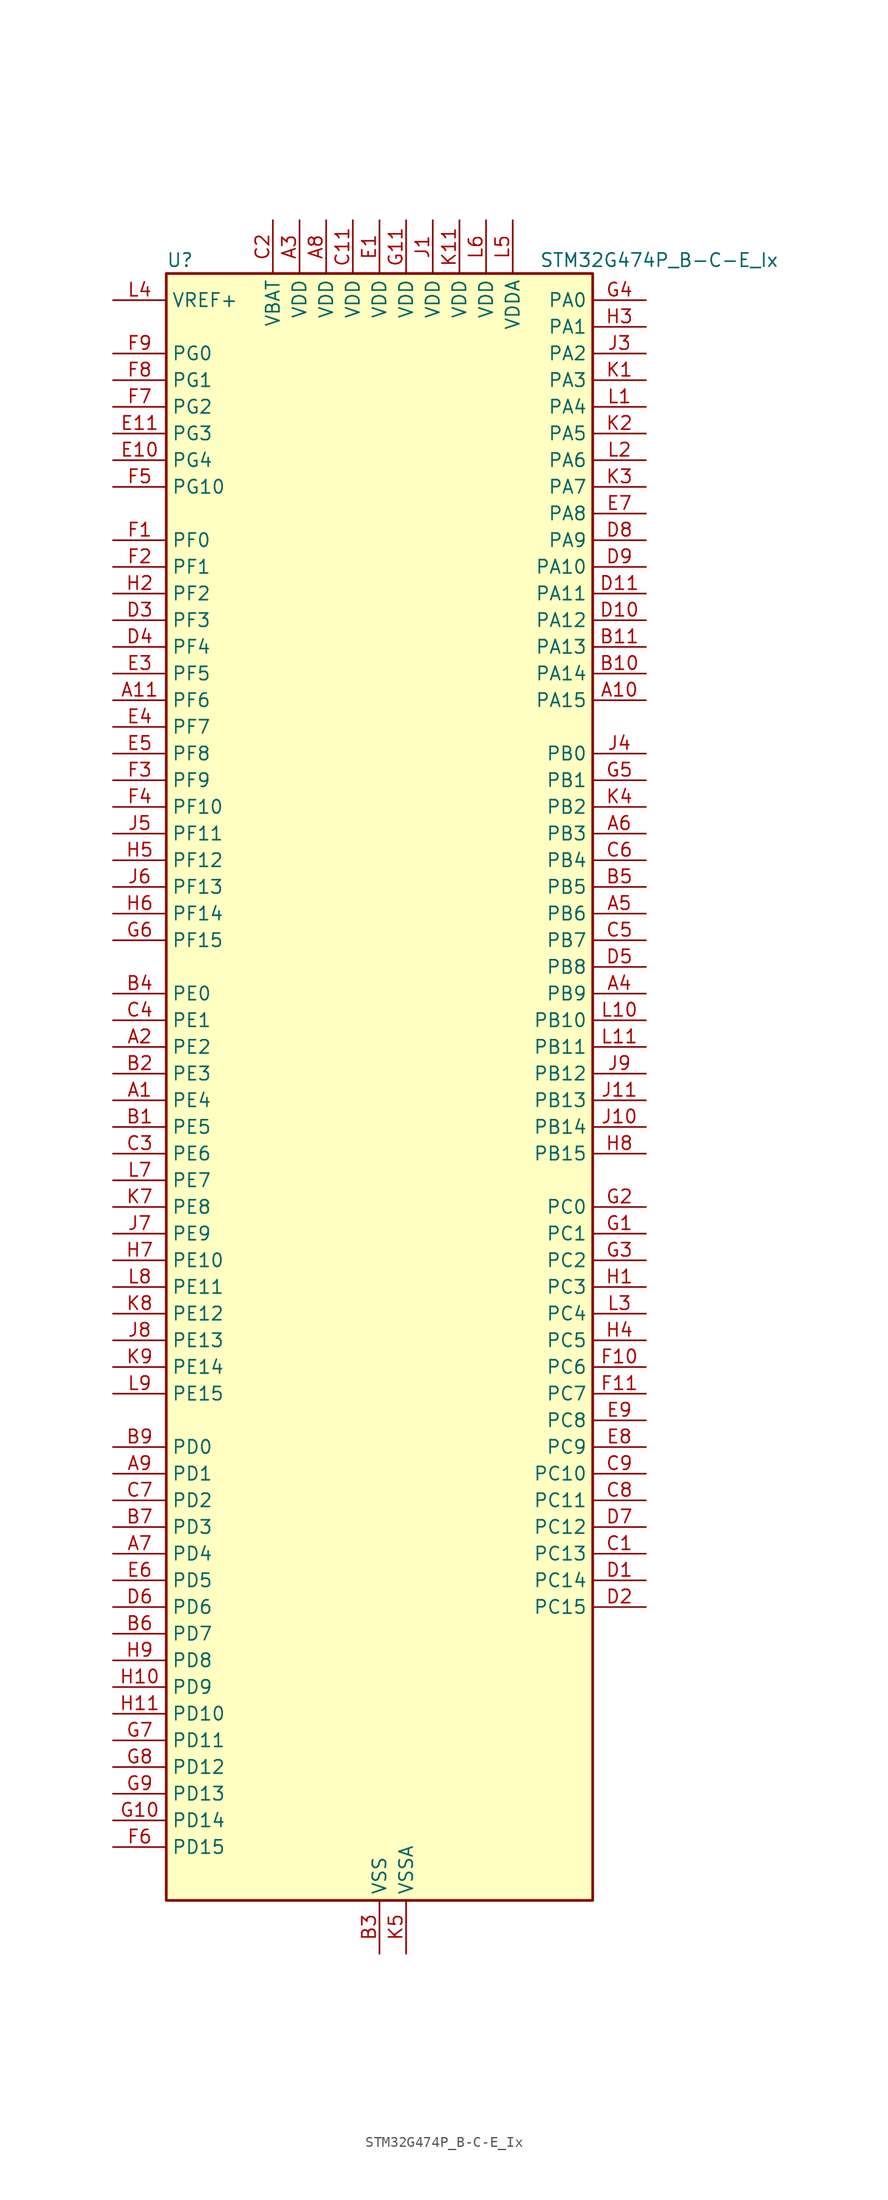
<source format=kicad_sym>
(kicad_symbol_lib
  (version 20231120)
  (generator "kicad_symbol_editor")
  (generator_version "8.0")
  (symbol "STM32G474P_B-C-E_Ix"
    (property "Reference" "U"
      (at -20.32 80.01 0)
      (effects (font (size 1.27 1.27)) (justify left)))
    (property "Value" "STM32G474P_B-C-E_Ix"
      (at 15.24 80.01 0)
      (effects (font (size 1.27 1.27)) (justify left)))
    (property "ki_locked" ""
      (at 0 0 0)
      (effects (font (size 1.27 1.27))))
    (symbol "STM32G474P_B-C-E_Ix_0_1"
      (rectangle (start -20.32 -76.2) (end 20.32 78.74) (stroke (width 0.254) (type default)) (fill (type background))))
    (symbol "STM32G474P_B-C-E_Ix_1_1"
      (pin bidirectional line (at -25.4 0 0) (length 5.08) (name "PE4" (effects (font (size 1.27 1.27)))) (number "A1" (effects (font (size 1.27 1.27)))) (alternate "FMC_A20" bidirectional line) (alternate "SAI1_D2" bidirectional line) (alternate "SAI1_FS_A" bidirectional line) (alternate "SPI4_NSS" bidirectional line) (alternate "SYS_TRACED1" bidirectional line) (alternate "TIM20_CH1N" bidirectional line) (alternate "TIM3_CH3" bidirectional line))
      (pin bidirectional line (at 25.4 38.1 180) (length 5.08) (name "PA15" (effects (font (size 1.27 1.27)))) (number "A10" (effects (font (size 1.27 1.27)))) (alternate "ADC1_EXTI15" bidirectional line) (alternate "ADC2_EXTI15" bidirectional line) (alternate "FDCAN3_TX" bidirectional line) (alternate "HRTIM1_FLT2" bidirectional line) (alternate "I2C1_SCL" bidirectional line) (alternate "I2S3_WS" bidirectional line) (alternate "SPI1_NSS" bidirectional line) (alternate "SPI3_NSS" bidirectional line) (alternate "SYS_JTDI" bidirectional line) (alternate "TIM1_BKIN" bidirectional line) (alternate "TIM2_CH1" bidirectional line) (alternate "TIM2_ETR" bidirectional line) (alternate "TIM8_CH1" bidirectional line) (alternate "UART4_DE" bidirectional line) (alternate "UART4_RTS" bidirectional line) (alternate "USART2_RX" bidirectional line))
      (pin bidirectional line (at -25.4 38.1 0) (length 5.08) (name "PF6" (effects (font (size 1.27 1.27)))) (number "A11" (effects (font (size 1.27 1.27)))) (alternate "I2C2_SCL" bidirectional line) (alternate "QUADSPI1_BK1_IO3" bidirectional line) (alternate "SAI1_SD_B" bidirectional line) (alternate "TIM4_CH4" bidirectional line) (alternate "TIM5_CH1" bidirectional line) (alternate "TIM5_ETR" bidirectional line) (alternate "USART3_RTS" bidirectional line))
      (pin bidirectional line (at -25.4 5.08 0) (length 5.08) (name "PE2" (effects (font (size 1.27 1.27)))) (number "A2" (effects (font (size 1.27 1.27)))) (alternate "ADC3_EXTI2" bidirectional line) (alternate "ADC4_EXTI2" bidirectional line) (alternate "ADC5_EXTI2" bidirectional line) (alternate "FMC_A23" bidirectional line) (alternate "SAI1_CK1" bidirectional line) (alternate "SAI1_MCLK_A" bidirectional line) (alternate "SPI4_SCK" bidirectional line) (alternate "SYS_TRACECLK" bidirectional line) (alternate "TIM20_CH1" bidirectional line) (alternate "TIM3_CH1" bidirectional line))
      (pin power_in line (at -7.62 83.82 270) (length 5.08) (name "VDD" (effects (font (size 1.27 1.27)))) (number "A3" (effects (font (size 1.27 1.27)))))
      (pin bidirectional line (at 25.4 10.16 180) (length 5.08) (name "PB9" (effects (font (size 1.27 1.27)))) (number "A4" (effects (font (size 1.27 1.27)))) (alternate "COMP2_OUT" bidirectional line) (alternate "DAC1_EXTI9" bidirectional line) (alternate "DAC2_EXTI9" bidirectional line) (alternate "DAC3_EXTI9" bidirectional line) (alternate "DAC4_EXTI9" bidirectional line) (alternate "FDCAN1_TX" bidirectional line) (alternate "HRTIM1_EEV5" bidirectional line) (alternate "I2C1_SDA" bidirectional line) (alternate "IR_OUT" bidirectional line) (alternate "SAI1_D2" bidirectional line) (alternate "SAI1_FS_A" bidirectional line) (alternate "TIM17_CH1" bidirectional line) (alternate "TIM1_CH3N" bidirectional line) (alternate "TIM4_CH4" bidirectional line) (alternate "TIM8_CH3" bidirectional line) (alternate "USART3_TX" bidirectional line))
      (pin bidirectional line (at 25.4 17.78 180) (length 5.08) (name "PB6" (effects (font (size 1.27 1.27)))) (number "A5" (effects (font (size 1.27 1.27)))) (alternate "COMP4_OUT" bidirectional line) (alternate "FDCAN2_TX" bidirectional line) (alternate "HRTIM1_EEV4" bidirectional line) (alternate "HRTIM1_SCIN" bidirectional line) (alternate "LPTIM1_ETR" bidirectional line) (alternate "SAI1_FS_B" bidirectional line) (alternate "TIM16_CH1N" bidirectional line) (alternate "TIM4_CH1" bidirectional line) (alternate "TIM8_BKIN2" bidirectional line) (alternate "TIM8_CH1" bidirectional line) (alternate "TIM8_ETR" bidirectional line) (alternate "UCPD1_CC1" bidirectional line) (alternate "USART1_TX" bidirectional line))
      (pin bidirectional line (at 25.4 25.4 180) (length 5.08) (name "PB3" (effects (font (size 1.27 1.27)))) (number "A6" (effects (font (size 1.27 1.27)))) (alternate "ADC3_EXTI3" bidirectional line) (alternate "ADC4_EXTI3" bidirectional line) (alternate "ADC5_EXTI3" bidirectional line) (alternate "CRS_SYNC" bidirectional line) (alternate "FDCAN3_RX" bidirectional line) (alternate "HRTIM1_EEV9" bidirectional line) (alternate "HRTIM1_SCOUT" bidirectional line) (alternate "I2S3_CK" bidirectional line) (alternate "SAI1_SCK_B" bidirectional line) (alternate "SPI1_SCK" bidirectional line) (alternate "SPI3_SCK" bidirectional line) (alternate "SYS_JTDO-SWO" bidirectional line) (alternate "TIM2_CH2" bidirectional line) (alternate "TIM3_ETR" bidirectional line) (alternate "TIM4_ETR" bidirectional line) (alternate "TIM8_CH1N" bidirectional line) (alternate "USART2_TX" bidirectional line))
      (pin bidirectional line (at -25.4 -43.18 0) (length 5.08) (name "PD4" (effects (font (size 1.27 1.27)))) (number "A7" (effects (font (size 1.27 1.27)))) (alternate "FMC_NOE" bidirectional line) (alternate "QUADSPI1_BK2_IO0" bidirectional line) (alternate "TIM2_CH2" bidirectional line) (alternate "USART2_DE" bidirectional line) (alternate "USART2_RTS" bidirectional line))
      (pin power_in line (at -5.08 83.82 270) (length 5.08) (name "VDD" (effects (font (size 1.27 1.27)))) (number "A8" (effects (font (size 1.27 1.27)))))
      (pin bidirectional line (at -25.4 -35.56 0) (length 5.08) (name "PD1" (effects (font (size 1.27 1.27)))) (number "A9" (effects (font (size 1.27 1.27)))) (alternate "FDCAN1_TX" bidirectional line) (alternate "FMC_D3" bidirectional line) (alternate "FMC_DA3" bidirectional line) (alternate "TIM8_BKIN2" bidirectional line) (alternate "TIM8_CH4" bidirectional line))
      (pin bidirectional line (at -25.4 -2.54 0) (length 5.08) (name "PE5" (effects (font (size 1.27 1.27)))) (number "B1" (effects (font (size 1.27 1.27)))) (alternate "FMC_A21" bidirectional line) (alternate "SAI1_CK2" bidirectional line) (alternate "SAI1_SCK_A" bidirectional line) (alternate "SPI4_MISO" bidirectional line) (alternate "SYS_TRACED2" bidirectional line) (alternate "TIM20_CH2N" bidirectional line) (alternate "TIM3_CH4" bidirectional line))
      (pin bidirectional line (at 25.4 40.64 180) (length 5.08) (name "PA14" (effects (font (size 1.27 1.27)))) (number "B10" (effects (font (size 1.27 1.27)))) (alternate "I2C1_SDA" bidirectional line) (alternate "I2C4_SMBA" bidirectional line) (alternate "LPTIM1_OUT" bidirectional line) (alternate "SAI1_FS_B" bidirectional line) (alternate "SYS_JTCK-SWCLK" bidirectional line) (alternate "TIM1_BKIN" bidirectional line) (alternate "TIM8_CH2" bidirectional line) (alternate "USART2_TX" bidirectional line))
      (pin bidirectional line (at 25.4 43.18 180) (length 5.08) (name "PA13" (effects (font (size 1.27 1.27)))) (number "B11" (effects (font (size 1.27 1.27)))) (alternate "I2C1_SCL" bidirectional line) (alternate "I2C4_SCL" bidirectional line) (alternate "IR_OUT" bidirectional line) (alternate "SAI1_SD_B" bidirectional line) (alternate "SYS_JTMS-SWDIO" bidirectional line) (alternate "TIM16_CH1N" bidirectional line) (alternate "TIM4_CH3" bidirectional line) (alternate "USART3_CTS" bidirectional line) (alternate "USART3_NSS" bidirectional line))
      (pin bidirectional line (at -25.4 2.54 0) (length 5.08) (name "PE3" (effects (font (size 1.27 1.27)))) (number "B2" (effects (font (size 1.27 1.27)))) (alternate "ADC3_EXTI3" bidirectional line) (alternate "ADC4_EXTI3" bidirectional line) (alternate "ADC5_EXTI3" bidirectional line) (alternate "FMC_A19" bidirectional line) (alternate "SAI1_SD_B" bidirectional line) (alternate "SPI4_NSS" bidirectional line) (alternate "SYS_TRACED0" bidirectional line) (alternate "TIM20_CH2" bidirectional line) (alternate "TIM3_CH2" bidirectional line))
      (pin power_in line (at 0 -81.28 90) (length 5.08) (name "VSS" (effects (font (size 1.27 1.27)))) (number "B3" (effects (font (size 1.27 1.27)))))
      (pin bidirectional line (at -25.4 10.16 0) (length 5.08) (name "PE0" (effects (font (size 1.27 1.27)))) (number "B4" (effects (font (size 1.27 1.27)))) (alternate "FMC_NBL0" bidirectional line) (alternate "TIM16_CH1" bidirectional line) (alternate "TIM20_CH4N" bidirectional line) (alternate "TIM20_ETR" bidirectional line) (alternate "TIM4_ETR" bidirectional line) (alternate "USART1_TX" bidirectional line))
      (pin bidirectional line (at 25.4 20.32 180) (length 5.08) (name "PB5" (effects (font (size 1.27 1.27)))) (number "B5" (effects (font (size 1.27 1.27)))) (alternate "FDCAN2_RX" bidirectional line) (alternate "HRTIM1_EEV6" bidirectional line) (alternate "I2C1_SMBA" bidirectional line) (alternate "I2C3_SDA" bidirectional line) (alternate "I2S3_SD" bidirectional line) (alternate "LPTIM1_IN1" bidirectional line) (alternate "SAI1_SD_B" bidirectional line) (alternate "SPI1_MOSI" bidirectional line) (alternate "SPI3_MOSI" bidirectional line) (alternate "TIM16_BKIN" bidirectional line) (alternate "TIM17_CH1" bidirectional line) (alternate "TIM3_CH2" bidirectional line) (alternate "TIM8_CH3N" bidirectional line) (alternate "UART5_CTS" bidirectional line) (alternate "USART2_CK" bidirectional line))
      (pin bidirectional line (at -25.4 -50.8 0) (length 5.08) (name "PD7" (effects (font (size 1.27 1.27)))) (number "B6" (effects (font (size 1.27 1.27)))) (alternate "FMC_NCE" bidirectional line) (alternate "FMC_NE1" bidirectional line) (alternate "QUADSPI1_BK2_IO3" bidirectional line) (alternate "TIM2_CH3" bidirectional line) (alternate "USART2_CK" bidirectional line))
      (pin bidirectional line (at -25.4 -40.64 0) (length 5.08) (name "PD3" (effects (font (size 1.27 1.27)))) (number "B7" (effects (font (size 1.27 1.27)))) (alternate "ADC3_EXTI3" bidirectional line) (alternate "ADC4_EXTI3" bidirectional line) (alternate "ADC5_EXTI3" bidirectional line) (alternate "FMC_CLK" bidirectional line) (alternate "QUADSPI1_BK2_NCS" bidirectional line) (alternate "TIM2_CH1" bidirectional line) (alternate "TIM2_ETR" bidirectional line) (alternate "USART2_CTS" bidirectional line) (alternate "USART2_NSS" bidirectional line))
      (pin passive line (at 0 -81.28 90) (length 5.08) hide (name "VSS" (effects (font (size 1.27 1.27)))) (number "B8" (effects (font (size 1.27 1.27)))))
      (pin bidirectional line (at -25.4 -33.02 0) (length 5.08) (name "PD0" (effects (font (size 1.27 1.27)))) (number "B9" (effects (font (size 1.27 1.27)))) (alternate "FDCAN1_RX" bidirectional line) (alternate "FMC_D2" bidirectional line) (alternate "FMC_DA2" bidirectional line) (alternate "TIM8_CH4N" bidirectional line))
      (pin bidirectional line (at 25.4 -43.18 180) (length 5.08) (name "PC13" (effects (font (size 1.27 1.27)))) (number "C1" (effects (font (size 1.27 1.27)))) (alternate "RTC_OUT1" bidirectional line) (alternate "RTC_TAMP1" bidirectional line) (alternate "RTC_TS" bidirectional line) (alternate "SYS_WKUP2" bidirectional line) (alternate "TIM1_BKIN" bidirectional line) (alternate "TIM1_CH1N" bidirectional line) (alternate "TIM8_CH4N" bidirectional line))
      (pin passive line (at 0 -81.28 90) (length 5.08) hide (name "VSS" (effects (font (size 1.27 1.27)))) (number "C10" (effects (font (size 1.27 1.27)))))
      (pin power_in line (at -2.54 83.82 270) (length 5.08) (name "VDD" (effects (font (size 1.27 1.27)))) (number "C11" (effects (font (size 1.27 1.27)))))
      (pin power_in line (at -10.16 83.82 270) (length 5.08) (name "VBAT" (effects (font (size 1.27 1.27)))) (number "C2" (effects (font (size 1.27 1.27)))))
      (pin bidirectional line (at -25.4 -5.08 0) (length 5.08) (name "PE6" (effects (font (size 1.27 1.27)))) (number "C3" (effects (font (size 1.27 1.27)))) (alternate "FMC_A22" bidirectional line) (alternate "RTC_TAMP3" bidirectional line) (alternate "SAI1_D1" bidirectional line) (alternate "SAI1_SD_A" bidirectional line) (alternate "SPI4_MOSI" bidirectional line) (alternate "SYS_TRACED3" bidirectional line) (alternate "SYS_WKUP3" bidirectional line) (alternate "TIM20_CH3N" bidirectional line))
      (pin bidirectional line (at -25.4 7.62 0) (length 5.08) (name "PE1" (effects (font (size 1.27 1.27)))) (number "C4" (effects (font (size 1.27 1.27)))) (alternate "FMC_NBL1" bidirectional line) (alternate "TIM17_CH1" bidirectional line) (alternate "TIM20_CH4" bidirectional line) (alternate "USART1_RX" bidirectional line))
      (pin bidirectional line (at 25.4 15.24 180) (length 5.08) (name "PB7" (effects (font (size 1.27 1.27)))) (number "C5" (effects (font (size 1.27 1.27)))) (alternate "COMP3_OUT" bidirectional line) (alternate "FMC_NL" bidirectional line) (alternate "HRTIM1_EEV3" bidirectional line) (alternate "I2C1_SDA" bidirectional line) (alternate "I2C4_SDA" bidirectional line) (alternate "LPTIM1_IN2" bidirectional line) (alternate "SYS_PVD_IN" bidirectional line) (alternate "TIM17_CH1N" bidirectional line) (alternate "TIM3_CH4" bidirectional line) (alternate "TIM4_CH2" bidirectional line) (alternate "TIM8_BKIN" bidirectional line) (alternate "UART4_CTS" bidirectional line) (alternate "USART1_RX" bidirectional line))
      (pin bidirectional line (at 25.4 22.86 180) (length 5.08) (name "PB4" (effects (font (size 1.27 1.27)))) (number "C6" (effects (font (size 1.27 1.27)))) (alternate "FDCAN3_TX" bidirectional line) (alternate "HRTIM1_EEV7" bidirectional line) (alternate "SAI1_MCLK_B" bidirectional line) (alternate "SPI1_MISO" bidirectional line) (alternate "SPI3_MISO" bidirectional line) (alternate "SYS_JTRST" bidirectional line) (alternate "TIM16_CH1" bidirectional line) (alternate "TIM17_BKIN" bidirectional line) (alternate "TIM3_CH1" bidirectional line) (alternate "TIM8_CH2N" bidirectional line) (alternate "UART5_DE" bidirectional line) (alternate "UART5_RTS" bidirectional line) (alternate "UCPD1_CC2" bidirectional line) (alternate "USART2_RX" bidirectional line))
      (pin bidirectional line (at -25.4 -38.1 0) (length 5.08) (name "PD2" (effects (font (size 1.27 1.27)))) (number "C7" (effects (font (size 1.27 1.27)))) (alternate "ADC3_EXTI2" bidirectional line) (alternate "ADC4_EXTI2" bidirectional line) (alternate "ADC5_EXTI2" bidirectional line) (alternate "TIM3_ETR" bidirectional line) (alternate "TIM8_BKIN" bidirectional line) (alternate "UART5_RX" bidirectional line))
      (pin bidirectional line (at 25.4 -38.1 180) (length 5.08) (name "PC11" (effects (font (size 1.27 1.27)))) (number "C8" (effects (font (size 1.27 1.27)))) (alternate "ADC1_EXTI11" bidirectional line) (alternate "ADC2_EXTI11" bidirectional line) (alternate "HRTIM1_EEV2" bidirectional line) (alternate "I2C3_SDA" bidirectional line) (alternate "SPI3_MISO" bidirectional line) (alternate "TIM8_CH2N" bidirectional line) (alternate "UART4_RX" bidirectional line) (alternate "USART3_RX" bidirectional line))
      (pin bidirectional line (at 25.4 -35.56 180) (length 5.08) (name "PC10" (effects (font (size 1.27 1.27)))) (number "C9" (effects (font (size 1.27 1.27)))) (alternate "DAC1_EXTI10" bidirectional line) (alternate "DAC2_EXTI10" bidirectional line) (alternate "DAC3_EXTI10" bidirectional line) (alternate "DAC4_EXTI10" bidirectional line) (alternate "HRTIM1_FLT6" bidirectional line) (alternate "I2S3_CK" bidirectional line) (alternate "SPI3_SCK" bidirectional line) (alternate "TIM8_CH1N" bidirectional line) (alternate "UART4_TX" bidirectional line) (alternate "USART3_TX" bidirectional line))
      (pin bidirectional line (at 25.4 -45.72 180) (length 5.08) (name "PC14" (effects (font (size 1.27 1.27)))) (number "D1" (effects (font (size 1.27 1.27)))) (alternate "RCC_OSC32_IN" bidirectional line))
      (pin bidirectional line (at 25.4 45.72 180) (length 5.08) (name "PA12" (effects (font (size 1.27 1.27)))) (number "D10" (effects (font (size 1.27 1.27)))) (alternate "COMP2_OUT" bidirectional line) (alternate "FDCAN1_TX" bidirectional line) (alternate "HRTIM1_FLT1" bidirectional line) (alternate "I2S_CKIN" bidirectional line) (alternate "TIM16_CH1" bidirectional line) (alternate "TIM1_CH2N" bidirectional line) (alternate "TIM1_ETR" bidirectional line) (alternate "TIM4_CH2" bidirectional line) (alternate "USART1_DE" bidirectional line) (alternate "USART1_RTS" bidirectional line) (alternate "USB_DP" bidirectional line))
      (pin bidirectional line (at 25.4 48.26 180) (length 5.08) (name "PA11" (effects (font (size 1.27 1.27)))) (number "D11" (effects (font (size 1.27 1.27)))) (alternate "ADC1_EXTI11" bidirectional line) (alternate "ADC2_EXTI11" bidirectional line) (alternate "COMP1_OUT" bidirectional line) (alternate "FDCAN1_RX" bidirectional line) (alternate "HRTIM1_CHB2" bidirectional line) (alternate "I2S2_SD" bidirectional line) (alternate "SPI2_MOSI" bidirectional line) (alternate "TIM1_BKIN2" bidirectional line) (alternate "TIM1_CH1N" bidirectional line) (alternate "TIM1_CH4" bidirectional line) (alternate "TIM4_CH1" bidirectional line) (alternate "USART1_CTS" bidirectional line) (alternate "USART1_NSS" bidirectional line) (alternate "USB_DM" bidirectional line))
      (pin bidirectional line (at 25.4 -48.26 180) (length 5.08) (name "PC15" (effects (font (size 1.27 1.27)))) (number "D2" (effects (font (size 1.27 1.27)))) (alternate "ADC1_EXTI15" bidirectional line) (alternate "ADC2_EXTI15" bidirectional line) (alternate "RCC_OSC32_OUT" bidirectional line))
      (pin bidirectional line (at -25.4 45.72 0) (length 5.08) (name "PF3" (effects (font (size 1.27 1.27)))) (number "D3" (effects (font (size 1.27 1.27)))) (alternate "ADC3_EXTI3" bidirectional line) (alternate "ADC4_EXTI3" bidirectional line) (alternate "ADC5_EXTI3" bidirectional line) (alternate "FMC_A3" bidirectional line) (alternate "I2C3_SCL" bidirectional line) (alternate "TIM20_CH4" bidirectional line))
      (pin bidirectional line (at -25.4 43.18 0) (length 5.08) (name "PF4" (effects (font (size 1.27 1.27)))) (number "D4" (effects (font (size 1.27 1.27)))) (alternate "COMP1_OUT" bidirectional line) (alternate "FMC_A4" bidirectional line) (alternate "I2C3_SDA" bidirectional line) (alternate "TIM20_CH1N" bidirectional line))
      (pin bidirectional line (at 25.4 12.7 180) (length 5.08) (name "PB8" (effects (font (size 1.27 1.27)))) (number "D5" (effects (font (size 1.27 1.27)))) (alternate "COMP1_OUT" bidirectional line) (alternate "FDCAN1_RX" bidirectional line) (alternate "HRTIM1_EEV8" bidirectional line) (alternate "I2C1_SCL" bidirectional line) (alternate "SAI1_CK1" bidirectional line) (alternate "SAI1_MCLK_A" bidirectional line) (alternate "TIM16_CH1" bidirectional line) (alternate "TIM1_BKIN" bidirectional line) (alternate "TIM4_CH3" bidirectional line) (alternate "TIM8_CH2" bidirectional line) (alternate "USART3_RX" bidirectional line))
      (pin bidirectional line (at -25.4 -48.26 0) (length 5.08) (name "PD6" (effects (font (size 1.27 1.27)))) (number "D6" (effects (font (size 1.27 1.27)))) (alternate "FMC_NWAIT" bidirectional line) (alternate "QUADSPI1_BK2_IO2" bidirectional line) (alternate "SAI1_D1" bidirectional line) (alternate "SAI1_SD_A" bidirectional line) (alternate "TIM2_CH4" bidirectional line) (alternate "USART2_RX" bidirectional line))
      (pin bidirectional line (at 25.4 -40.64 180) (length 5.08) (name "PC12" (effects (font (size 1.27 1.27)))) (number "D7" (effects (font (size 1.27 1.27)))) (alternate "HRTIM1_EEV1" bidirectional line) (alternate "I2S3_SD" bidirectional line) (alternate "SPI3_MOSI" bidirectional line) (alternate "TIM5_CH2" bidirectional line) (alternate "TIM8_CH3N" bidirectional line) (alternate "UART5_TX" bidirectional line) (alternate "UCPD1_FRSTX1" bidirectional line) (alternate "UCPD1_FRSTX2" bidirectional line) (alternate "USART3_CK" bidirectional line))
      (pin bidirectional line (at 25.4 53.34 180) (length 5.08) (name "PA9" (effects (font (size 1.27 1.27)))) (number "D8" (effects (font (size 1.27 1.27)))) (alternate "ADC5_IN2" bidirectional line) (alternate "COMP5_OUT" bidirectional line) (alternate "DAC1_EXTI9" bidirectional line) (alternate "DAC2_EXTI9" bidirectional line) (alternate "DAC3_EXTI9" bidirectional line) (alternate "DAC4_EXTI9" bidirectional line) (alternate "HRTIM1_CHA2" bidirectional line) (alternate "I2C2_SCL" bidirectional line) (alternate "I2C3_SMBA" bidirectional line) (alternate "I2S3_MCK" bidirectional line) (alternate "SAI1_FS_A" bidirectional line) (alternate "TIM15_BKIN" bidirectional line) (alternate "TIM1_CH2" bidirectional line) (alternate "TIM2_CH3" bidirectional line) (alternate "UCPD1_DBCC1" bidirectional line) (alternate "USART1_TX" bidirectional line))
      (pin bidirectional line (at 25.4 50.8 180) (length 5.08) (name "PA10" (effects (font (size 1.27 1.27)))) (number "D9" (effects (font (size 1.27 1.27)))) (alternate "COMP6_OUT" bidirectional line) (alternate "CRS_SYNC" bidirectional line) (alternate "DAC1_EXTI10" bidirectional line) (alternate "DAC2_EXTI10" bidirectional line) (alternate "DAC3_EXTI10" bidirectional line) (alternate "DAC4_EXTI10" bidirectional line) (alternate "HRTIM1_CHB1" bidirectional line) (alternate "I2C2_SMBA" bidirectional line) (alternate "SAI1_D1" bidirectional line) (alternate "SAI1_SD_A" bidirectional line) (alternate "SPI2_MISO" bidirectional line) (alternate "TIM17_BKIN" bidirectional line) (alternate "TIM1_CH3" bidirectional line) (alternate "TIM2_CH4" bidirectional line) (alternate "TIM8_BKIN" bidirectional line) (alternate "UCPD1_DBCC2" bidirectional line) (alternate "USART1_RX" bidirectional line))
      (pin power_in line (at 0 83.82 270) (length 5.08) (name "VDD" (effects (font (size 1.27 1.27)))) (number "E1" (effects (font (size 1.27 1.27)))))
      (pin bidirectional line (at -25.4 60.96 0) (length 5.08) (name "PG4" (effects (font (size 1.27 1.27)))) (number "E10" (effects (font (size 1.27 1.27)))) (alternate "FMC_A14" bidirectional line) (alternate "I2C4_SDA" bidirectional line) (alternate "SPI1_MOSI" bidirectional line) (alternate "TIM20_BKIN2" bidirectional line))
      (pin bidirectional line (at -25.4 63.5 0) (length 5.08) (name "PG3" (effects (font (size 1.27 1.27)))) (number "E11" (effects (font (size 1.27 1.27)))) (alternate "ADC3_EXTI3" bidirectional line) (alternate "ADC4_EXTI3" bidirectional line) (alternate "ADC5_EXTI3" bidirectional line) (alternate "FMC_A13" bidirectional line) (alternate "I2C4_SCL" bidirectional line) (alternate "SPI1_MISO" bidirectional line) (alternate "TIM20_BKIN" bidirectional line) (alternate "TIM20_CH4N" bidirectional line))
      (pin passive line (at 0 -81.28 90) (length 5.08) hide (name "VSS" (effects (font (size 1.27 1.27)))) (number "E2" (effects (font (size 1.27 1.27)))))
      (pin bidirectional line (at -25.4 40.64 0) (length 5.08) (name "PF5" (effects (font (size 1.27 1.27)))) (number "E3" (effects (font (size 1.27 1.27)))) (alternate "FMC_A5" bidirectional line) (alternate "TIM20_CH2N" bidirectional line))
      (pin bidirectional line (at -25.4 35.56 0) (length 5.08) (name "PF7" (effects (font (size 1.27 1.27)))) (number "E4" (effects (font (size 1.27 1.27)))) (alternate "FMC_A1" bidirectional line) (alternate "QUADSPI1_BK1_IO2" bidirectional line) (alternate "SAI1_MCLK_B" bidirectional line) (alternate "TIM20_BKIN" bidirectional line) (alternate "TIM5_CH2" bidirectional line))
      (pin bidirectional line (at -25.4 33.02 0) (length 5.08) (name "PF8" (effects (font (size 1.27 1.27)))) (number "E5" (effects (font (size 1.27 1.27)))) (alternate "FMC_A24" bidirectional line) (alternate "QUADSPI1_BK1_IO0" bidirectional line) (alternate "SAI1_SCK_B" bidirectional line) (alternate "TIM20_BKIN2" bidirectional line) (alternate "TIM5_CH3" bidirectional line))
      (pin bidirectional line (at -25.4 -45.72 0) (length 5.08) (name "PD5" (effects (font (size 1.27 1.27)))) (number "E6" (effects (font (size 1.27 1.27)))) (alternate "FMC_NWE" bidirectional line) (alternate "QUADSPI1_BK2_IO1" bidirectional line) (alternate "USART2_TX" bidirectional line))
      (pin bidirectional line (at 25.4 55.88 180) (length 5.08) (name "PA8" (effects (font (size 1.27 1.27)))) (number "E7" (effects (font (size 1.27 1.27)))) (alternate "ADC5_IN1" bidirectional line) (alternate "COMP7_OUT" bidirectional line) (alternate "FDCAN3_RX" bidirectional line) (alternate "HRTIM1_CHA1" bidirectional line) (alternate "I2C2_SDA" bidirectional line) (alternate "I2C3_SCL" bidirectional line) (alternate "I2S2_MCK" bidirectional line) (alternate "OPAMP5_VOUT" bidirectional line) (alternate "RCC_MCO" bidirectional line) (alternate "SAI1_CK2" bidirectional line) (alternate "SAI1_SCK_A" bidirectional line) (alternate "TIM1_CH1" bidirectional line) (alternate "TIM4_ETR" bidirectional line) (alternate "USART1_CK" bidirectional line))
      (pin bidirectional line (at 25.4 -33.02 180) (length 5.08) (name "PC9" (effects (font (size 1.27 1.27)))) (number "E8" (effects (font (size 1.27 1.27)))) (alternate "DAC1_EXTI9" bidirectional line) (alternate "DAC2_EXTI9" bidirectional line) (alternate "DAC3_EXTI9" bidirectional line) (alternate "DAC4_EXTI9" bidirectional line) (alternate "HRTIM1_CHE2" bidirectional line) (alternate "I2C3_SDA" bidirectional line) (alternate "I2S_CKIN" bidirectional line) (alternate "TIM3_CH4" bidirectional line) (alternate "TIM8_BKIN2" bidirectional line) (alternate "TIM8_CH4" bidirectional line))
      (pin bidirectional line (at 25.4 -30.48 180) (length 5.08) (name "PC8" (effects (font (size 1.27 1.27)))) (number "E9" (effects (font (size 1.27 1.27)))) (alternate "COMP7_OUT" bidirectional line) (alternate "HRTIM1_CHE1" bidirectional line) (alternate "I2C3_SCL" bidirectional line) (alternate "TIM20_CH3" bidirectional line) (alternate "TIM3_CH3" bidirectional line) (alternate "TIM8_CH3" bidirectional line))
      (pin bidirectional line (at -25.4 53.34 0) (length 5.08) (name "PF0" (effects (font (size 1.27 1.27)))) (number "F1" (effects (font (size 1.27 1.27)))) (alternate "ADC1_IN10" bidirectional line) (alternate "I2C2_SDA" bidirectional line) (alternate "I2S2_WS" bidirectional line) (alternate "RCC_OSC_IN" bidirectional line) (alternate "SPI2_NSS" bidirectional line) (alternate "TIM1_CH3N" bidirectional line))
      (pin bidirectional line (at 25.4 -25.4 180) (length 5.08) (name "PC6" (effects (font (size 1.27 1.27)))) (number "F10" (effects (font (size 1.27 1.27)))) (alternate "COMP6_OUT" bidirectional line) (alternate "HRTIM1_CHF1" bidirectional line) (alternate "HRTIM1_EEV10" bidirectional line) (alternate "I2C4_SCL" bidirectional line) (alternate "I2S2_MCK" bidirectional line) (alternate "TIM3_CH1" bidirectional line) (alternate "TIM8_CH1" bidirectional line))
      (pin bidirectional line (at 25.4 -27.94 180) (length 5.08) (name "PC7" (effects (font (size 1.27 1.27)))) (number "F11" (effects (font (size 1.27 1.27)))) (alternate "COMP5_OUT" bidirectional line) (alternate "HRTIM1_CHF2" bidirectional line) (alternate "HRTIM1_FLT5" bidirectional line) (alternate "I2C4_SDA" bidirectional line) (alternate "I2S3_MCK" bidirectional line) (alternate "TIM3_CH2" bidirectional line) (alternate "TIM8_CH2" bidirectional line))
      (pin bidirectional line (at -25.4 50.8 0) (length 5.08) (name "PF1" (effects (font (size 1.27 1.27)))) (number "F2" (effects (font (size 1.27 1.27)))) (alternate "ADC2_IN10" bidirectional line) (alternate "COMP3_INM" bidirectional line) (alternate "I2S2_CK" bidirectional line) (alternate "RCC_OSC_OUT" bidirectional line) (alternate "SPI2_SCK" bidirectional line))
      (pin bidirectional line (at -25.4 30.48 0) (length 5.08) (name "PF9" (effects (font (size 1.27 1.27)))) (number "F3" (effects (font (size 1.27 1.27)))) (alternate "DAC1_EXTI9" bidirectional line) (alternate "DAC2_EXTI9" bidirectional line) (alternate "DAC3_EXTI9" bidirectional line) (alternate "DAC4_EXTI9" bidirectional line) (alternate "FMC_A25" bidirectional line) (alternate "QUADSPI1_BK1_IO1" bidirectional line) (alternate "SAI1_FS_B" bidirectional line) (alternate "SPI2_SCK" bidirectional line) (alternate "TIM15_CH1" bidirectional line) (alternate "TIM20_BKIN" bidirectional line) (alternate "TIM5_CH4" bidirectional line))
      (pin bidirectional line (at -25.4 27.94 0) (length 5.08) (name "PF10" (effects (font (size 1.27 1.27)))) (number "F4" (effects (font (size 1.27 1.27)))) (alternate "DAC1_EXTI10" bidirectional line) (alternate "DAC2_EXTI10" bidirectional line) (alternate "DAC3_EXTI10" bidirectional line) (alternate "DAC4_EXTI10" bidirectional line) (alternate "FMC_A0" bidirectional line) (alternate "QUADSPI1_CLK" bidirectional line) (alternate "SAI1_D3" bidirectional line) (alternate "SPI2_SCK" bidirectional line) (alternate "TIM15_CH2" bidirectional line) (alternate "TIM20_BKIN2" bidirectional line))
      (pin bidirectional line (at -25.4 58.42 0) (length 5.08) (name "PG10" (effects (font (size 1.27 1.27)))) (number "F5" (effects (font (size 1.27 1.27)))) (alternate "DAC1_EXTI10" bidirectional line) (alternate "DAC2_EXTI10" bidirectional line) (alternate "DAC3_EXTI10" bidirectional line) (alternate "DAC4_EXTI10" bidirectional line) (alternate "RCC_MCO" bidirectional line))
      (pin bidirectional line (at -25.4 -71.12 0) (length 5.08) (name "PD15" (effects (font (size 1.27 1.27)))) (number "F6" (effects (font (size 1.27 1.27)))) (alternate "ADC1_EXTI15" bidirectional line) (alternate "ADC2_EXTI15" bidirectional line) (alternate "COMP7_INM" bidirectional line) (alternate "FMC_D1" bidirectional line) (alternate "FMC_DA1" bidirectional line) (alternate "SPI2_NSS" bidirectional line) (alternate "TIM4_CH4" bidirectional line))
      (pin bidirectional line (at -25.4 66.04 0) (length 5.08) (name "PG2" (effects (font (size 1.27 1.27)))) (number "F7" (effects (font (size 1.27 1.27)))) (alternate "ADC3_EXTI2" bidirectional line) (alternate "ADC4_EXTI2" bidirectional line) (alternate "ADC5_EXTI2" bidirectional line) (alternate "FMC_A12" bidirectional line) (alternate "SPI1_SCK" bidirectional line) (alternate "TIM20_CH3N" bidirectional line))
      (pin bidirectional line (at -25.4 68.58 0) (length 5.08) (name "PG1" (effects (font (size 1.27 1.27)))) (number "F8" (effects (font (size 1.27 1.27)))) (alternate "FMC_A11" bidirectional line) (alternate "TIM20_CH2N" bidirectional line))
      (pin bidirectional line (at -25.4 71.12 0) (length 5.08) (name "PG0" (effects (font (size 1.27 1.27)))) (number "F9" (effects (font (size 1.27 1.27)))) (alternate "FMC_A10" bidirectional line) (alternate "TIM20_CH1N" bidirectional line))
      (pin bidirectional line (at 25.4 -12.7 180) (length 5.08) (name "PC1" (effects (font (size 1.27 1.27)))) (number "G1" (effects (font (size 1.27 1.27)))) (alternate "ADC1_IN7" bidirectional line) (alternate "ADC2_IN7" bidirectional line) (alternate "COMP3_INP" bidirectional line) (alternate "LPTIM1_OUT" bidirectional line) (alternate "LPUART1_TX" bidirectional line) (alternate "QUADSPI1_BK2_IO0" bidirectional line) (alternate "SAI1_SD_A" bidirectional line) (alternate "TIM1_CH2" bidirectional line))
      (pin bidirectional line (at -25.4 -68.58 0) (length 5.08) (name "PD14" (effects (font (size 1.27 1.27)))) (number "G10" (effects (font (size 1.27 1.27)))) (alternate "ADC3_IN11" bidirectional line) (alternate "ADC4_IN11" bidirectional line) (alternate "ADC5_IN11" bidirectional line) (alternate "COMP7_INP" bidirectional line) (alternate "FMC_D0" bidirectional line) (alternate "FMC_DA0" bidirectional line) (alternate "OPAMP2_VINP" bidirectional line) (alternate "OPAMP2_VINP_SEC" bidirectional line) (alternate "TIM4_CH3" bidirectional line))
      (pin power_in line (at 2.54 83.82 270) (length 5.08) (name "VDD" (effects (font (size 1.27 1.27)))) (number "G11" (effects (font (size 1.27 1.27)))))
      (pin bidirectional line (at 25.4 -10.16 180) (length 5.08) (name "PC0" (effects (font (size 1.27 1.27)))) (number "G2" (effects (font (size 1.27 1.27)))) (alternate "ADC1_IN6" bidirectional line) (alternate "ADC2_IN6" bidirectional line) (alternate "COMP3_INM" bidirectional line) (alternate "LPTIM1_IN1" bidirectional line) (alternate "LPUART1_RX" bidirectional line) (alternate "TIM1_CH1" bidirectional line))
      (pin bidirectional line (at 25.4 -15.24 180) (length 5.08) (name "PC2" (effects (font (size 1.27 1.27)))) (number "G3" (effects (font (size 1.27 1.27)))) (alternate "ADC1_IN8" bidirectional line) (alternate "ADC2_IN8" bidirectional line) (alternate "ADC3_EXTI2" bidirectional line) (alternate "ADC4_EXTI2" bidirectional line) (alternate "ADC5_EXTI2" bidirectional line) (alternate "COMP3_OUT" bidirectional line) (alternate "LPTIM1_IN2" bidirectional line) (alternate "QUADSPI1_BK2_IO1" bidirectional line) (alternate "TIM1_CH3" bidirectional line) (alternate "TIM20_CH2" bidirectional line))
      (pin bidirectional line (at 25.4 76.2 180) (length 5.08) (name "PA0" (effects (font (size 1.27 1.27)))) (number "G4" (effects (font (size 1.27 1.27)))) (alternate "ADC1_IN1" bidirectional line) (alternate "ADC2_IN1" bidirectional line) (alternate "COMP1_INM" bidirectional line) (alternate "COMP1_OUT" bidirectional line) (alternate "COMP3_INP" bidirectional line) (alternate "RTC_TAMP2" bidirectional line) (alternate "SYS_WKUP1" bidirectional line) (alternate "TIM2_CH1" bidirectional line) (alternate "TIM2_ETR" bidirectional line) (alternate "TIM5_CH1" bidirectional line) (alternate "TIM8_BKIN" bidirectional line) (alternate "TIM8_ETR" bidirectional line) (alternate "USART2_CTS" bidirectional line) (alternate "USART2_NSS" bidirectional line))
      (pin bidirectional line (at 25.4 30.48 180) (length 5.08) (name "PB1" (effects (font (size 1.27 1.27)))) (number "G5" (effects (font (size 1.27 1.27)))) (alternate "ADC1_IN12" bidirectional line) (alternate "ADC3_IN1" bidirectional line) (alternate "COMP1_INP" bidirectional line) (alternate "COMP4_OUT" bidirectional line) (alternate "HRTIM1_SCOUT" bidirectional line) (alternate "LPUART1_DE" bidirectional line) (alternate "LPUART1_RTS" bidirectional line) (alternate "OPAMP3_VOUT" bidirectional line) (alternate "OPAMP6_VINM" bidirectional line) (alternate "OPAMP6_VINM1" bidirectional line) (alternate "OPAMP6_VINM_SEC" bidirectional line) (alternate "QUADSPI1_BK1_IO0" bidirectional line) (alternate "TIM1_CH3N" bidirectional line) (alternate "TIM3_CH4" bidirectional line) (alternate "TIM8_CH3N" bidirectional line))
      (pin bidirectional line (at -25.4 15.24 0) (length 5.08) (name "PF15" (effects (font (size 1.27 1.27)))) (number "G6" (effects (font (size 1.27 1.27)))) (alternate "ADC1_EXTI15" bidirectional line) (alternate "ADC2_EXTI15" bidirectional line) (alternate "FMC_A9" bidirectional line) (alternate "I2C4_SDA" bidirectional line) (alternate "TIM20_CH4" bidirectional line))
      (pin bidirectional line (at -25.4 -60.96 0) (length 5.08) (name "PD11" (effects (font (size 1.27 1.27)))) (number "G7" (effects (font (size 1.27 1.27)))) (alternate "ADC1_EXTI11" bidirectional line) (alternate "ADC2_EXTI11" bidirectional line) (alternate "ADC3_IN8" bidirectional line) (alternate "ADC4_IN8" bidirectional line) (alternate "ADC5_IN8" bidirectional line) (alternate "COMP6_INP" bidirectional line) (alternate "FMC_A16" bidirectional line) (alternate "FMC_CLE" bidirectional line) (alternate "I2C4_SMBA" bidirectional line) (alternate "OPAMP4_VINP" bidirectional line) (alternate "OPAMP4_VINP_SEC" bidirectional line) (alternate "TIM5_ETR" bidirectional line) (alternate "USART3_CTS" bidirectional line) (alternate "USART3_NSS" bidirectional line))
      (pin bidirectional line (at -25.4 -63.5 0) (length 5.08) (name "PD12" (effects (font (size 1.27 1.27)))) (number "G8" (effects (font (size 1.27 1.27)))) (alternate "ADC3_IN9" bidirectional line) (alternate "ADC4_IN9" bidirectional line) (alternate "ADC5_IN9" bidirectional line) (alternate "COMP5_INP" bidirectional line) (alternate "FMC_A17" bidirectional line) (alternate "FMC_ALE" bidirectional line) (alternate "OPAMP5_VINP" bidirectional line) (alternate "OPAMP5_VINP_SEC" bidirectional line) (alternate "TIM4_CH1" bidirectional line) (alternate "USART3_DE" bidirectional line) (alternate "USART3_RTS" bidirectional line))
      (pin bidirectional line (at -25.4 -66.04 0) (length 5.08) (name "PD13" (effects (font (size 1.27 1.27)))) (number "G9" (effects (font (size 1.27 1.27)))) (alternate "ADC3_IN10" bidirectional line) (alternate "ADC4_IN10" bidirectional line) (alternate "ADC5_IN10" bidirectional line) (alternate "COMP5_INM" bidirectional line) (alternate "FMC_A18" bidirectional line) (alternate "TIM4_CH2" bidirectional line))
      (pin bidirectional line (at 25.4 -17.78 180) (length 5.08) (name "PC3" (effects (font (size 1.27 1.27)))) (number "H1" (effects (font (size 1.27 1.27)))) (alternate "ADC1_IN9" bidirectional line) (alternate "ADC2_IN9" bidirectional line) (alternate "ADC3_EXTI3" bidirectional line) (alternate "ADC4_EXTI3" bidirectional line) (alternate "ADC5_EXTI3" bidirectional line) (alternate "LPTIM1_ETR" bidirectional line) (alternate "OPAMP5_VINP" bidirectional line) (alternate "OPAMP5_VINP_SEC" bidirectional line) (alternate "QUADSPI1_BK2_IO2" bidirectional line) (alternate "SAI1_D1" bidirectional line) (alternate "SAI1_SD_A" bidirectional line) (alternate "TIM1_BKIN2" bidirectional line) (alternate "TIM1_CH4" bidirectional line))
      (pin bidirectional line (at -25.4 -55.88 0) (length 5.08) (name "PD9" (effects (font (size 1.27 1.27)))) (number "H10" (effects (font (size 1.27 1.27)))) (alternate "ADC4_IN13" bidirectional line) (alternate "ADC5_IN13" bidirectional line) (alternate "DAC1_EXTI9" bidirectional line) (alternate "DAC2_EXTI9" bidirectional line) (alternate "DAC3_EXTI9" bidirectional line) (alternate "DAC4_EXTI9" bidirectional line) (alternate "FMC_D14" bidirectional line) (alternate "FMC_DA14" bidirectional line) (alternate "OPAMP6_VINP" bidirectional line) (alternate "OPAMP6_VINP_SEC" bidirectional line) (alternate "USART3_RX" bidirectional line))
      (pin bidirectional line (at -25.4 -58.42 0) (length 5.08) (name "PD10" (effects (font (size 1.27 1.27)))) (number "H11" (effects (font (size 1.27 1.27)))) (alternate "ADC3_IN7" bidirectional line) (alternate "ADC4_IN7" bidirectional line) (alternate "ADC5_IN7" bidirectional line) (alternate "COMP6_INM" bidirectional line) (alternate "DAC1_EXTI10" bidirectional line) (alternate "DAC2_EXTI10" bidirectional line) (alternate "DAC3_EXTI10" bidirectional line) (alternate "DAC4_EXTI10" bidirectional line) (alternate "FMC_D15" bidirectional line) (alternate "FMC_DA15" bidirectional line) (alternate "USART3_CK" bidirectional line))
      (pin bidirectional line (at -25.4 48.26 0) (length 5.08) (name "PF2" (effects (font (size 1.27 1.27)))) (number "H2" (effects (font (size 1.27 1.27)))) (alternate "ADC3_EXTI2" bidirectional line) (alternate "ADC4_EXTI2" bidirectional line) (alternate "ADC5_EXTI2" bidirectional line) (alternate "FMC_A2" bidirectional line) (alternate "I2C2_SMBA" bidirectional line) (alternate "TIM20_CH3" bidirectional line))
      (pin bidirectional line (at 25.4 73.66 180) (length 5.08) (name "PA1" (effects (font (size 1.27 1.27)))) (number "H3" (effects (font (size 1.27 1.27)))) (alternate "ADC1_IN2" bidirectional line) (alternate "ADC2_IN2" bidirectional line) (alternate "COMP1_INP" bidirectional line) (alternate "OPAMP1_VINP" bidirectional line) (alternate "OPAMP1_VINP_SEC" bidirectional line) (alternate "OPAMP3_VINP" bidirectional line) (alternate "OPAMP3_VINP_SEC" bidirectional line) (alternate "OPAMP6_VINM" bidirectional line) (alternate "OPAMP6_VINM0" bidirectional line) (alternate "OPAMP6_VINM_SEC" bidirectional line) (alternate "RTC_REFIN" bidirectional line) (alternate "TIM15_CH1N" bidirectional line) (alternate "TIM2_CH2" bidirectional line) (alternate "TIM5_CH2" bidirectional line) (alternate "USART2_DE" bidirectional line) (alternate "USART2_RTS" bidirectional line))
      (pin bidirectional line (at 25.4 -22.86 180) (length 5.08) (name "PC5" (effects (font (size 1.27 1.27)))) (number "H4" (effects (font (size 1.27 1.27)))) (alternate "ADC2_IN11" bidirectional line) (alternate "HRTIM1_EEV10" bidirectional line) (alternate "OPAMP1_VINM" bidirectional line) (alternate "OPAMP1_VINM1" bidirectional line) (alternate "OPAMP1_VINM_SEC" bidirectional line) (alternate "OPAMP2_VINM" bidirectional line) (alternate "OPAMP2_VINM1" bidirectional line) (alternate "OPAMP2_VINM_SEC" bidirectional line) (alternate "SAI1_D3" bidirectional line) (alternate "SYS_WKUP5" bidirectional line) (alternate "TIM15_BKIN" bidirectional line) (alternate "TIM1_CH4N" bidirectional line) (alternate "USART1_RX" bidirectional line))
      (pin bidirectional line (at -25.4 22.86 0) (length 5.08) (name "PF12" (effects (font (size 1.27 1.27)))) (number "H5" (effects (font (size 1.27 1.27)))) (alternate "FMC_A6" bidirectional line) (alternate "TIM20_CH1" bidirectional line))
      (pin bidirectional line (at -25.4 17.78 0) (length 5.08) (name "PF14" (effects (font (size 1.27 1.27)))) (number "H6" (effects (font (size 1.27 1.27)))) (alternate "FMC_A8" bidirectional line) (alternate "I2C4_SCL" bidirectional line) (alternate "TIM20_CH3" bidirectional line))
      (pin bidirectional line (at -25.4 -15.24 0) (length 5.08) (name "PE10" (effects (font (size 1.27 1.27)))) (number "H7" (effects (font (size 1.27 1.27)))) (alternate "ADC3_IN14" bidirectional line) (alternate "ADC4_IN14" bidirectional line) (alternate "ADC5_IN14" bidirectional line) (alternate "DAC1_EXTI10" bidirectional line) (alternate "DAC2_EXTI10" bidirectional line) (alternate "DAC3_EXTI10" bidirectional line) (alternate "DAC4_EXTI10" bidirectional line) (alternate "FMC_D7" bidirectional line) (alternate "FMC_DA7" bidirectional line) (alternate "QUADSPI1_CLK" bidirectional line) (alternate "SAI1_MCLK_B" bidirectional line) (alternate "TIM1_CH2N" bidirectional line))
      (pin bidirectional line (at 25.4 -5.08 180) (length 5.08) (name "PB15" (effects (font (size 1.27 1.27)))) (number "H8" (effects (font (size 1.27 1.27)))) (alternate "ADC1_EXTI15" bidirectional line) (alternate "ADC2_EXTI15" bidirectional line) (alternate "ADC2_IN15" bidirectional line) (alternate "ADC4_IN5" bidirectional line) (alternate "COMP3_OUT" bidirectional line) (alternate "COMP6_INM" bidirectional line) (alternate "HRTIM1_CHD2" bidirectional line) (alternate "I2S2_SD" bidirectional line) (alternate "OPAMP5_VINM" bidirectional line) (alternate "OPAMP5_VINM0" bidirectional line) (alternate "OPAMP5_VINM_SEC" bidirectional line) (alternate "RTC_REFIN" bidirectional line) (alternate "SPI2_MOSI" bidirectional line) (alternate "TIM15_CH1N" bidirectional line) (alternate "TIM15_CH2" bidirectional line) (alternate "TIM1_CH3N" bidirectional line))
      (pin bidirectional line (at -25.4 -53.34 0) (length 5.08) (name "PD8" (effects (font (size 1.27 1.27)))) (number "H9" (effects (font (size 1.27 1.27)))) (alternate "ADC4_IN12" bidirectional line) (alternate "ADC5_IN12" bidirectional line) (alternate "FMC_D13" bidirectional line) (alternate "FMC_DA13" bidirectional line) (alternate "OPAMP4_VINM" bidirectional line) (alternate "OPAMP4_VINM1" bidirectional line) (alternate "OPAMP4_VINM_SEC" bidirectional line) (alternate "USART3_TX" bidirectional line))
      (pin power_in line (at 5.08 83.82 270) (length 5.08) (name "VDD" (effects (font (size 1.27 1.27)))) (number "J1" (effects (font (size 1.27 1.27)))))
      (pin bidirectional line (at 25.4 -2.54 180) (length 5.08) (name "PB14" (effects (font (size 1.27 1.27)))) (number "J10" (effects (font (size 1.27 1.27)))) (alternate "ADC1_IN5" bidirectional line) (alternate "ADC4_IN4" bidirectional line) (alternate "COMP4_OUT" bidirectional line) (alternate "COMP7_INP" bidirectional line) (alternate "HRTIM1_CHD1" bidirectional line) (alternate "OPAMP2_VINP" bidirectional line) (alternate "OPAMP2_VINP_SEC" bidirectional line) (alternate "OPAMP5_VINP" bidirectional line) (alternate "OPAMP5_VINP_SEC" bidirectional line) (alternate "SPI2_MISO" bidirectional line) (alternate "TIM15_CH1" bidirectional line) (alternate "TIM1_CH2N" bidirectional line) (alternate "USART3_DE" bidirectional line) (alternate "USART3_RTS" bidirectional line))
      (pin bidirectional line (at 25.4 0 180) (length 5.08) (name "PB13" (effects (font (size 1.27 1.27)))) (number "J11" (effects (font (size 1.27 1.27)))) (alternate "ADC3_IN5" bidirectional line) (alternate "COMP5_INP" bidirectional line) (alternate "FDCAN2_TX" bidirectional line) (alternate "HRTIM1_CHC2" bidirectional line) (alternate "I2S2_CK" bidirectional line) (alternate "LPUART1_CTS" bidirectional line) (alternate "OPAMP3_VINP" bidirectional line) (alternate "OPAMP3_VINP_SEC" bidirectional line) (alternate "OPAMP4_VINP" bidirectional line) (alternate "OPAMP4_VINP_SEC" bidirectional line) (alternate "OPAMP6_VINP" bidirectional line) (alternate "OPAMP6_VINP_SEC" bidirectional line) (alternate "SPI2_SCK" bidirectional line) (alternate "TIM1_CH1N" bidirectional line) (alternate "USART3_CTS" bidirectional line) (alternate "USART3_NSS" bidirectional line))
      (pin passive line (at 0 -81.28 90) (length 5.08) hide (name "VSS" (effects (font (size 1.27 1.27)))) (number "J2" (effects (font (size 1.27 1.27)))))
      (pin bidirectional line (at 25.4 71.12 180) (length 5.08) (name "PA2" (effects (font (size 1.27 1.27)))) (number "J3" (effects (font (size 1.27 1.27)))) (alternate "ADC1_IN3" bidirectional line) (alternate "ADC3_EXTI2" bidirectional line) (alternate "ADC4_EXTI2" bidirectional line) (alternate "ADC5_EXTI2" bidirectional line) (alternate "COMP2_INM" bidirectional line) (alternate "COMP2_OUT" bidirectional line) (alternate "LPUART1_TX" bidirectional line) (alternate "OPAMP1_VOUT" bidirectional line) (alternate "QUADSPI1_BK1_NCS" bidirectional line) (alternate "RCC_LSCO" bidirectional line) (alternate "SYS_WKUP4" bidirectional line) (alternate "TIM15_CH1" bidirectional line) (alternate "TIM2_CH3" bidirectional line) (alternate "TIM5_CH3" bidirectional line) (alternate "UCPD1_FRSTX1" bidirectional line) (alternate "UCPD1_FRSTX2" bidirectional line) (alternate "USART2_TX" bidirectional line))
      (pin bidirectional line (at 25.4 33.02 180) (length 5.08) (name "PB0" (effects (font (size 1.27 1.27)))) (number "J4" (effects (font (size 1.27 1.27)))) (alternate "ADC1_IN15" bidirectional line) (alternate "ADC3_IN12" bidirectional line) (alternate "COMP4_INP" bidirectional line) (alternate "HRTIM1_FLT5" bidirectional line) (alternate "OPAMP2_VINP" bidirectional line) (alternate "OPAMP2_VINP_SEC" bidirectional line) (alternate "OPAMP3_VINP" bidirectional line) (alternate "OPAMP3_VINP_SEC" bidirectional line) (alternate "QUADSPI1_BK1_IO1" bidirectional line) (alternate "TIM1_CH2N" bidirectional line) (alternate "TIM3_CH3" bidirectional line) (alternate "TIM8_CH2N" bidirectional line) (alternate "UCPD1_FRSTX1" bidirectional line) (alternate "UCPD1_FRSTX2" bidirectional line))
      (pin bidirectional line (at -25.4 25.4 0) (length 5.08) (name "PF11" (effects (font (size 1.27 1.27)))) (number "J5" (effects (font (size 1.27 1.27)))) (alternate "ADC1_EXTI11" bidirectional line) (alternate "ADC2_EXTI11" bidirectional line) (alternate "FMC_NE4" bidirectional line) (alternate "TIM20_ETR" bidirectional line))
      (pin bidirectional line (at -25.4 20.32 0) (length 5.08) (name "PF13" (effects (font (size 1.27 1.27)))) (number "J6" (effects (font (size 1.27 1.27)))) (alternate "FMC_A7" bidirectional line) (alternate "I2C4_SMBA" bidirectional line) (alternate "TIM20_CH2" bidirectional line))
      (pin bidirectional line (at -25.4 -12.7 0) (length 5.08) (name "PE9" (effects (font (size 1.27 1.27)))) (number "J7" (effects (font (size 1.27 1.27)))) (alternate "ADC3_IN2" bidirectional line) (alternate "DAC1_EXTI9" bidirectional line) (alternate "DAC2_EXTI9" bidirectional line) (alternate "DAC3_EXTI9" bidirectional line) (alternate "DAC4_EXTI9" bidirectional line) (alternate "FMC_D6" bidirectional line) (alternate "FMC_DA6" bidirectional line) (alternate "SAI1_FS_B" bidirectional line) (alternate "TIM1_CH1" bidirectional line) (alternate "TIM5_CH4" bidirectional line))
      (pin bidirectional line (at -25.4 -22.86 0) (length 5.08) (name "PE13" (effects (font (size 1.27 1.27)))) (number "J8" (effects (font (size 1.27 1.27)))) (alternate "ADC3_IN3" bidirectional line) (alternate "FMC_D10" bidirectional line) (alternate "FMC_DA10" bidirectional line) (alternate "QUADSPI1_BK1_IO1" bidirectional line) (alternate "SPI4_MISO" bidirectional line) (alternate "TIM1_CH3" bidirectional line))
      (pin bidirectional line (at 25.4 2.54 180) (length 5.08) (name "PB12" (effects (font (size 1.27 1.27)))) (number "J9" (effects (font (size 1.27 1.27)))) (alternate "ADC1_IN11" bidirectional line) (alternate "ADC4_IN3" bidirectional line) (alternate "COMP7_INM" bidirectional line) (alternate "FDCAN2_RX" bidirectional line) (alternate "HRTIM1_CHC1" bidirectional line) (alternate "I2C2_SMBA" bidirectional line) (alternate "I2S2_WS" bidirectional line) (alternate "LPUART1_DE" bidirectional line) (alternate "LPUART1_RTS" bidirectional line) (alternate "OPAMP4_VOUT" bidirectional line) (alternate "OPAMP6_VINP" bidirectional line) (alternate "OPAMP6_VINP_SEC" bidirectional line) (alternate "SPI2_NSS" bidirectional line) (alternate "TIM1_BKIN" bidirectional line) (alternate "TIM5_ETR" bidirectional line) (alternate "USART3_CK" bidirectional line))
      (pin bidirectional line (at 25.4 68.58 180) (length 5.08) (name "PA3" (effects (font (size 1.27 1.27)))) (number "K1" (effects (font (size 1.27 1.27)))) (alternate "ADC1_IN4" bidirectional line) (alternate "ADC3_EXTI3" bidirectional line) (alternate "ADC4_EXTI3" bidirectional line) (alternate "ADC5_EXTI3" bidirectional line) (alternate "COMP2_INP" bidirectional line) (alternate "LPUART1_RX" bidirectional line) (alternate "OPAMP1_VINM" bidirectional line) (alternate "OPAMP1_VINM0" bidirectional line) (alternate "OPAMP1_VINM_SEC" bidirectional line) (alternate "OPAMP1_VINP" bidirectional line) (alternate "OPAMP1_VINP_SEC" bidirectional line) (alternate "OPAMP5_VINM" bidirectional line) (alternate "OPAMP5_VINM1" bidirectional line) (alternate "OPAMP5_VINM_SEC" bidirectional line) (alternate "QUADSPI1_CLK" bidirectional line) (alternate "SAI1_CK1" bidirectional line) (alternate "SAI1_MCLK_A" bidirectional line) (alternate "TIM15_CH2" bidirectional line) (alternate "TIM2_CH4" bidirectional line) (alternate "TIM5_CH4" bidirectional line) (alternate "USART2_RX" bidirectional line))
      (pin passive line (at 0 -81.28 90) (length 5.08) hide (name "VSS" (effects (font (size 1.27 1.27)))) (number "K10" (effects (font (size 1.27 1.27)))))
      (pin power_in line (at 7.62 83.82 270) (length 5.08) (name "VDD" (effects (font (size 1.27 1.27)))) (number "K11" (effects (font (size 1.27 1.27)))))
      (pin bidirectional line (at 25.4 63.5 180) (length 5.08) (name "PA5" (effects (font (size 1.27 1.27)))) (number "K2" (effects (font (size 1.27 1.27)))) (alternate "ADC2_IN13" bidirectional line) (alternate "COMP2_INM" bidirectional line) (alternate "DAC1_OUT2" bidirectional line) (alternate "OPAMP2_VINM" bidirectional line) (alternate "OPAMP2_VINM0" bidirectional line) (alternate "OPAMP2_VINM_SEC" bidirectional line) (alternate "SPI1_SCK" bidirectional line) (alternate "TIM2_CH1" bidirectional line) (alternate "TIM2_ETR" bidirectional line) (alternate "UCPD1_FRSTX1" bidirectional line) (alternate "UCPD1_FRSTX2" bidirectional line))
      (pin bidirectional line (at 25.4 58.42 180) (length 5.08) (name "PA7" (effects (font (size 1.27 1.27)))) (number "K3" (effects (font (size 1.27 1.27)))) (alternate "ADC2_IN4" bidirectional line) (alternate "COMP2_INP" bidirectional line) (alternate "COMP2_OUT" bidirectional line) (alternate "OPAMP1_VINP" bidirectional line) (alternate "OPAMP1_VINP_SEC" bidirectional line) (alternate "OPAMP2_VINP" bidirectional line) (alternate "OPAMP2_VINP_SEC" bidirectional line) (alternate "QUADSPI1_BK1_IO2" bidirectional line) (alternate "SPI1_MOSI" bidirectional line) (alternate "TIM17_CH1" bidirectional line) (alternate "TIM1_CH1N" bidirectional line) (alternate "TIM3_CH2" bidirectional line) (alternate "TIM8_CH1N" bidirectional line) (alternate "UCPD1_FRSTX1" bidirectional line) (alternate "UCPD1_FRSTX2" bidirectional line))
      (pin bidirectional line (at 25.4 27.94 180) (length 5.08) (name "PB2" (effects (font (size 1.27 1.27)))) (number "K4" (effects (font (size 1.27 1.27)))) (alternate "ADC2_IN12" bidirectional line) (alternate "ADC3_EXTI2" bidirectional line) (alternate "ADC4_EXTI2" bidirectional line) (alternate "ADC5_EXTI2" bidirectional line) (alternate "COMP4_INM" bidirectional line) (alternate "HRTIM1_SCIN" bidirectional line) (alternate "I2C3_SMBA" bidirectional line) (alternate "LPTIM1_OUT" bidirectional line) (alternate "OPAMP3_VINM" bidirectional line) (alternate "OPAMP3_VINM0" bidirectional line) (alternate "OPAMP3_VINM_SEC" bidirectional line) (alternate "QUADSPI1_BK2_IO1" bidirectional line) (alternate "RTC_OUT2" bidirectional line) (alternate "TIM20_CH1" bidirectional line) (alternate "TIM5_CH1" bidirectional line))
      (pin power_in line (at 2.54 -81.28 90) (length 5.08) (name "VSSA" (effects (font (size 1.27 1.27)))) (number "K5" (effects (font (size 1.27 1.27)))))
      (pin passive line (at 0 -81.28 90) (length 5.08) hide (name "VSS" (effects (font (size 1.27 1.27)))) (number "K6" (effects (font (size 1.27 1.27)))))
      (pin bidirectional line (at -25.4 -10.16 0) (length 5.08) (name "PE8" (effects (font (size 1.27 1.27)))) (number "K7" (effects (font (size 1.27 1.27)))) (alternate "ADC3_IN6" bidirectional line) (alternate "ADC4_IN6" bidirectional line) (alternate "ADC5_IN6" bidirectional line) (alternate "COMP4_INM" bidirectional line) (alternate "FMC_D5" bidirectional line) (alternate "FMC_DA5" bidirectional line) (alternate "SAI1_SCK_B" bidirectional line) (alternate "TIM1_CH1N" bidirectional line) (alternate "TIM5_CH3" bidirectional line))
      (pin bidirectional line (at -25.4 -20.32 0) (length 5.08) (name "PE12" (effects (font (size 1.27 1.27)))) (number "K8" (effects (font (size 1.27 1.27)))) (alternate "ADC3_IN16" bidirectional line) (alternate "ADC4_IN16" bidirectional line) (alternate "ADC5_IN16" bidirectional line) (alternate "FMC_D9" bidirectional line) (alternate "FMC_DA9" bidirectional line) (alternate "QUADSPI1_BK1_IO0" bidirectional line) (alternate "SPI4_SCK" bidirectional line) (alternate "TIM1_CH3N" bidirectional line))
      (pin bidirectional line (at -25.4 -25.4 0) (length 5.08) (name "PE14" (effects (font (size 1.27 1.27)))) (number "K9" (effects (font (size 1.27 1.27)))) (alternate "ADC4_IN1" bidirectional line) (alternate "FMC_D11" bidirectional line) (alternate "FMC_DA11" bidirectional line) (alternate "QUADSPI1_BK1_IO2" bidirectional line) (alternate "SPI4_MOSI" bidirectional line) (alternate "TIM1_BKIN2" bidirectional line) (alternate "TIM1_CH4" bidirectional line))
      (pin bidirectional line (at 25.4 66.04 180) (length 5.08) (name "PA4" (effects (font (size 1.27 1.27)))) (number "L1" (effects (font (size 1.27 1.27)))) (alternate "ADC2_IN17" bidirectional line) (alternate "COMP1_INM" bidirectional line) (alternate "DAC1_OUT1" bidirectional line) (alternate "I2S3_WS" bidirectional line) (alternate "SAI1_FS_B" bidirectional line) (alternate "SPI1_NSS" bidirectional line) (alternate "SPI3_NSS" bidirectional line) (alternate "TIM3_CH2" bidirectional line) (alternate "USART2_CK" bidirectional line))
      (pin bidirectional line (at 25.4 7.62 180) (length 5.08) (name "PB10" (effects (font (size 1.27 1.27)))) (number "L10" (effects (font (size 1.27 1.27)))) (alternate "COMP5_INM" bidirectional line) (alternate "DAC1_EXTI10" bidirectional line) (alternate "DAC2_EXTI10" bidirectional line) (alternate "DAC3_EXTI10" bidirectional line) (alternate "DAC4_EXTI10" bidirectional line) (alternate "HRTIM1_FLT3" bidirectional line) (alternate "LPUART1_RX" bidirectional line) (alternate "OPAMP3_VINM" bidirectional line) (alternate "OPAMP3_VINM1" bidirectional line) (alternate "OPAMP3_VINM_SEC" bidirectional line) (alternate "OPAMP4_VINM" bidirectional line) (alternate "OPAMP4_VINM0" bidirectional line) (alternate "OPAMP4_VINM_SEC" bidirectional line) (alternate "QUADSPI1_CLK" bidirectional line) (alternate "SAI1_SCK_A" bidirectional line) (alternate "TIM1_BKIN" bidirectional line) (alternate "TIM2_CH3" bidirectional line) (alternate "USART3_TX" bidirectional line))
      (pin bidirectional line (at 25.4 5.08 180) (length 5.08) (name "PB11" (effects (font (size 1.27 1.27)))) (number "L11" (effects (font (size 1.27 1.27)))) (alternate "ADC1_EXTI11" bidirectional line) (alternate "ADC1_IN14" bidirectional line) (alternate "ADC2_EXTI11" bidirectional line) (alternate "ADC2_IN14" bidirectional line) (alternate "COMP6_INP" bidirectional line) (alternate "HRTIM1_FLT4" bidirectional line) (alternate "LPUART1_TX" bidirectional line) (alternate "OPAMP4_VINP" bidirectional line) (alternate "OPAMP4_VINP_SEC" bidirectional line) (alternate "OPAMP6_VOUT" bidirectional line) (alternate "QUADSPI1_BK1_NCS" bidirectional line) (alternate "TIM2_CH4" bidirectional line) (alternate "USART3_RX" bidirectional line))
      (pin bidirectional line (at 25.4 60.96 180) (length 5.08) (name "PA6" (effects (font (size 1.27 1.27)))) (number "L2" (effects (font (size 1.27 1.27)))) (alternate "ADC2_IN3" bidirectional line) (alternate "COMP1_OUT" bidirectional line) (alternate "DAC2_OUT1" bidirectional line) (alternate "LPUART1_CTS" bidirectional line) (alternate "OPAMP2_VOUT" bidirectional line) (alternate "QUADSPI1_BK1_IO3" bidirectional line) (alternate "SPI1_MISO" bidirectional line) (alternate "TIM16_CH1" bidirectional line) (alternate "TIM1_BKIN" bidirectional line) (alternate "TIM3_CH1" bidirectional line) (alternate "TIM8_BKIN" bidirectional line))
      (pin bidirectional line (at 25.4 -20.32 180) (length 5.08) (name "PC4" (effects (font (size 1.27 1.27)))) (number "L3" (effects (font (size 1.27 1.27)))) (alternate "ADC2_IN5" bidirectional line) (alternate "I2C2_SCL" bidirectional line) (alternate "QUADSPI1_BK2_IO3" bidirectional line) (alternate "TIM1_ETR" bidirectional line) (alternate "USART1_TX" bidirectional line))
      (pin input line (at -25.4 76.2 0) (length 5.08) (name "VREF+" (effects (font (size 1.27 1.27)))) (number "L4" (effects (font (size 1.27 1.27)))) (alternate "VREFBUF_OUT" bidirectional line))
      (pin power_in line (at 12.7 83.82 270) (length 5.08) (name "VDDA" (effects (font (size 1.27 1.27)))) (number "L5" (effects (font (size 1.27 1.27)))))
      (pin power_in line (at 10.16 83.82 270) (length 5.08) (name "VDD" (effects (font (size 1.27 1.27)))) (number "L6" (effects (font (size 1.27 1.27)))))
      (pin bidirectional line (at -25.4 -7.62 0) (length 5.08) (name "PE7" (effects (font (size 1.27 1.27)))) (number "L7" (effects (font (size 1.27 1.27)))) (alternate "ADC3_IN4" bidirectional line) (alternate "COMP4_INP" bidirectional line) (alternate "FMC_D4" bidirectional line) (alternate "FMC_DA4" bidirectional line) (alternate "SAI1_SD_B" bidirectional line) (alternate "TIM1_ETR" bidirectional line))
      (pin bidirectional line (at -25.4 -17.78 0) (length 5.08) (name "PE11" (effects (font (size 1.27 1.27)))) (number "L8" (effects (font (size 1.27 1.27)))) (alternate "ADC1_EXTI11" bidirectional line) (alternate "ADC2_EXTI11" bidirectional line) (alternate "ADC3_IN15" bidirectional line) (alternate "ADC4_IN15" bidirectional line) (alternate "ADC5_IN15" bidirectional line) (alternate "FMC_D8" bidirectional line) (alternate "FMC_DA8" bidirectional line) (alternate "QUADSPI1_BK1_NCS" bidirectional line) (alternate "SPI4_NSS" bidirectional line) (alternate "TIM1_CH2" bidirectional line))
      (pin bidirectional line (at -25.4 -27.94 0) (length 5.08) (name "PE15" (effects (font (size 1.27 1.27)))) (number "L9" (effects (font (size 1.27 1.27)))) (alternate "ADC1_EXTI15" bidirectional line) (alternate "ADC2_EXTI15" bidirectional line) (alternate "ADC4_IN2" bidirectional line) (alternate "FMC_D12" bidirectional line) (alternate "FMC_DA12" bidirectional line) (alternate "QUADSPI1_BK1_IO3" bidirectional line) (alternate "TIM1_BKIN" bidirectional line) (alternate "TIM1_CH4N" bidirectional line) (alternate "USART3_RX" bidirectional line)))))
</source>
